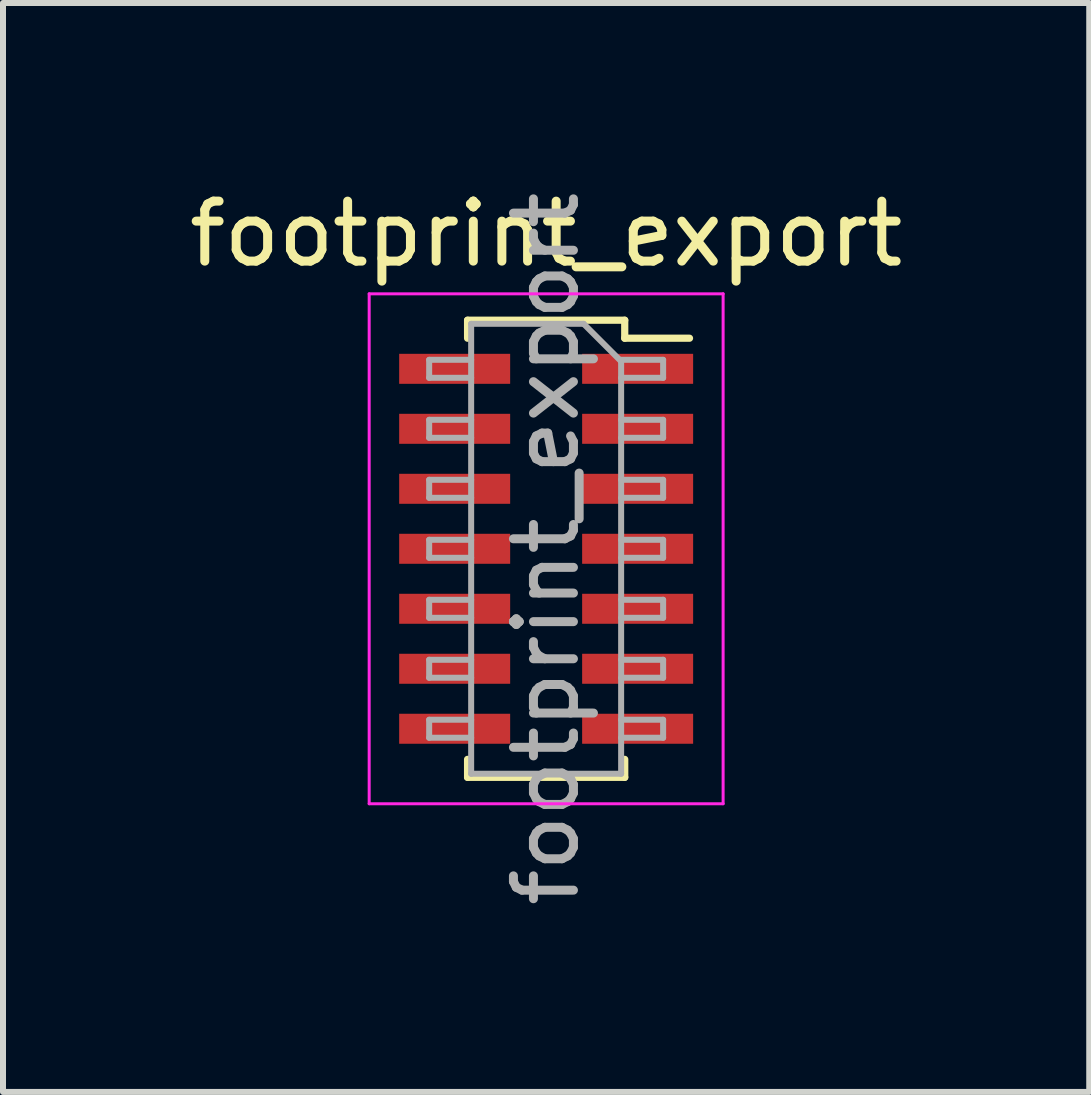
<source format=kicad_pcb>
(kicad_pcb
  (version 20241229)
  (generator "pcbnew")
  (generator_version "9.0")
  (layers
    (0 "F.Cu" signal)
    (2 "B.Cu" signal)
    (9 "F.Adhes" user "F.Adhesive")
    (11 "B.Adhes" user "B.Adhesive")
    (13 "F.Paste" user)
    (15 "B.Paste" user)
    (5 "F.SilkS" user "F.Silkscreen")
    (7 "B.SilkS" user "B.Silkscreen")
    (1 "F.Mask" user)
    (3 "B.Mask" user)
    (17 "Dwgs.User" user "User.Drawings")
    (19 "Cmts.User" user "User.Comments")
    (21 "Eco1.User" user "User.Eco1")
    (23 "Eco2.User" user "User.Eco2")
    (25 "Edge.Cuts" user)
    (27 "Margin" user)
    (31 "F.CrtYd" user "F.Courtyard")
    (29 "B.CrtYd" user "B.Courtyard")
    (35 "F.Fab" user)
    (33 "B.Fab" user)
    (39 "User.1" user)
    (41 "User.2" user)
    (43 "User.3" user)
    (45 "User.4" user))
  (footprint "footprint_export"
    (layer "F.Cu")
    (at 6.054 6.098)
    (property "Reference" "footprint_export" (at 0 -5.25 0) (layer "F.SilkS") (effects (font (size 1 1) (thickness 0.15))))
    (attr smd)
    (fp_line (start -1.31 -3.81) (end -1.31 -3.51) (stroke (width 0.12) (type solid)) (layer "F.SilkS"))
    (fp_line (start -1.31 -3.81) (end 1.31 -3.81) (stroke (width 0.12) (type solid)) (layer "F.SilkS"))
    (fp_line (start -1.31 3.51) (end -1.31 3.81) (stroke (width 0.12) (type solid)) (layer "F.SilkS"))
    (fp_line (start -1.31 3.81) (end 1.31 3.81) (stroke (width 0.12) (type solid)) (layer "F.SilkS"))
    (fp_line (start 1.31 -3.81) (end 1.31 -3.51) (stroke (width 0.12) (type solid)) (layer "F.SilkS"))
    (fp_line (start 1.31 -3.51) (end 2.39 -3.51) (stroke (width 0.12) (type solid)) (layer "F.SilkS"))
    (fp_line (start 1.31 3.51) (end 1.31 3.81) (stroke (width 0.12) (type solid)) (layer "F.SilkS"))
    (fp_line (start -2.95 -4.25) (end 2.95 -4.25) (stroke (width 0.05) (type solid)) (layer "F.CrtYd"))
    (fp_line (start -2.95 4.25) (end -2.95 -4.25) (stroke (width 0.05) (type solid)) (layer "F.CrtYd"))
    (fp_line (start 2.95 -4.25) (end 2.95 4.25) (stroke (width 0.05) (type solid)) (layer "F.CrtYd"))
    (fp_line (start 2.95 4.25) (end -2.95 4.25) (stroke (width 0.05) (type solid)) (layer "F.CrtYd"))
    (fp_line (start -1.95 -3.15) (end -1.25 -3.15) (stroke (width 0.1) (type solid)) (layer "F.Fab"))
    (fp_line (start -1.95 -2.85) (end -1.95 -3.15) (stroke (width 0.1) (type solid)) (layer "F.Fab"))
    (fp_line (start -1.95 -2.15) (end -1.25 -2.15) (stroke (width 0.1) (type solid)) (layer "F.Fab"))
    (fp_line (start -1.95 -1.85) (end -1.95 -2.15) (stroke (width 0.1) (type solid)) (layer "F.Fab"))
    (fp_line (start -1.95 -1.15) (end -1.25 -1.15) (stroke (width 0.1) (type solid)) (layer "F.Fab"))
    (fp_line (start -1.95 -0.85) (end -1.95 -1.15) (stroke (width 0.1) (type solid)) (layer "F.Fab"))
    (fp_line (start -1.95 -0.15) (end -1.25 -0.15) (stroke (width 0.1) (type solid)) (layer "F.Fab"))
    (fp_line (start -1.95 0.15) (end -1.95 -0.15) (stroke (width 0.1) (type solid)) (layer "F.Fab"))
    (fp_line (start -1.95 0.85) (end -1.25 0.85) (stroke (width 0.1) (type solid)) (layer "F.Fab"))
    (fp_line (start -1.95 1.15) (end -1.95 0.85) (stroke (width 0.1) (type solid)) (layer "F.Fab"))
    (fp_line (start -1.95 1.85) (end -1.25 1.85) (stroke (width 0.1) (type solid)) (layer "F.Fab"))
    (fp_line (start -1.95 2.15) (end -1.95 1.85) (stroke (width 0.1) (type solid)) (layer "F.Fab"))
    (fp_line (start -1.95 2.85) (end -1.25 2.85) (stroke (width 0.1) (type solid)) (layer "F.Fab"))
    (fp_line (start -1.95 3.15) (end -1.95 2.85) (stroke (width 0.1) (type solid)) (layer "F.Fab"))
    (fp_line (start -1.25 -3.75) (end 0.625 -3.75) (stroke (width 0.1) (type solid)) (layer "F.Fab"))
    (fp_line (start -1.25 -2.85) (end -1.95 -2.85) (stroke (width 0.1) (type solid)) (layer "F.Fab"))
    (fp_line (start -1.25 -1.85) (end -1.95 -1.85) (stroke (width 0.1) (type solid)) (layer "F.Fab"))
    (fp_line (start -1.25 -0.85) (end -1.95 -0.85) (stroke (width 0.1) (type solid)) (layer "F.Fab"))
    (fp_line (start -1.25 0.15) (end -1.95 0.15) (stroke (width 0.1) (type solid)) (layer "F.Fab"))
    (fp_line (start -1.25 1.15) (end -1.95 1.15) (stroke (width 0.1) (type solid)) (layer "F.Fab"))
    (fp_line (start -1.25 2.15) (end -1.95 2.15) (stroke (width 0.1) (type solid)) (layer "F.Fab"))
    (fp_line (start -1.25 3.15) (end -1.95 3.15) (stroke (width 0.1) (type solid)) (layer "F.Fab"))
    (fp_line (start -1.25 3.75) (end -1.25 -3.75) (stroke (width 0.1) (type solid)) (layer "F.Fab"))
    (fp_line (start 0.625 -3.75) (end 1.25 -3.125) (stroke (width 0.1) (type solid)) (layer "F.Fab"))
    (fp_line (start 1.25 -3.15) (end 1.95 -3.15) (stroke (width 0.1) (type solid)) (layer "F.Fab"))
    (fp_line (start 1.25 -3.125) (end 1.25 3.75) (stroke (width 0.1) (type solid)) (layer "F.Fab"))
    (fp_line (start 1.25 -2.15) (end 1.95 -2.15) (stroke (width 0.1) (type solid)) (layer "F.Fab"))
    (fp_line (start 1.25 -1.15) (end 1.95 -1.15) (stroke (width 0.1) (type solid)) (layer "F.Fab"))
    (fp_line (start 1.25 -0.15) (end 1.95 -0.15) (stroke (width 0.1) (type solid)) (layer "F.Fab"))
    (fp_line (start 1.25 0.85) (end 1.95 0.85) (stroke (width 0.1) (type solid)) (layer "F.Fab"))
    (fp_line (start 1.25 1.85) (end 1.95 1.85) (stroke (width 0.1) (type solid)) (layer "F.Fab"))
    (fp_line (start 1.25 2.85) (end 1.95 2.85) (stroke (width 0.1) (type solid)) (layer "F.Fab"))
    (fp_line (start 1.25 3.75) (end -1.25 3.75) (stroke (width 0.1) (type solid)) (layer "F.Fab"))
    (fp_line (start 1.95 -3.15) (end 1.95 -2.85) (stroke (width 0.1) (type solid)) (layer "F.Fab"))
    (fp_line (start 1.95 -2.85) (end 1.25 -2.85) (stroke (width 0.1) (type solid)) (layer "F.Fab"))
    (fp_line (start 1.95 -2.15) (end 1.95 -1.85) (stroke (width 0.1) (type solid)) (layer "F.Fab"))
    (fp_line (start 1.95 -1.85) (end 1.25 -1.85) (stroke (width 0.1) (type solid)) (layer "F.Fab"))
    (fp_line (start 1.95 -1.15) (end 1.95 -0.85) (stroke (width 0.1) (type solid)) (layer "F.Fab"))
    (fp_line (start 1.95 -0.85) (end 1.25 -0.85) (stroke (width 0.1) (type solid)) (layer "F.Fab"))
    (fp_line (start 1.95 -0.15) (end 1.95 0.15) (stroke (width 0.1) (type solid)) (layer "F.Fab"))
    (fp_line (start 1.95 0.15) (end 1.25 0.15) (stroke (width 0.1) (type solid)) (layer "F.Fab"))
    (fp_line (start 1.95 0.85) (end 1.95 1.15) (stroke (width 0.1) (type solid)) (layer "F.Fab"))
    (fp_line (start 1.95 1.15) (end 1.25 1.15) (stroke (width 0.1) (type solid)) (layer "F.Fab"))
    (fp_line (start 1.95 1.85) (end 1.95 2.15) (stroke (width 0.1) (type solid)) (layer "F.Fab"))
    (fp_line (start 1.95 2.15) (end 1.25 2.15) (stroke (width 0.1) (type solid)) (layer "F.Fab"))
    (fp_line (start 1.95 2.85) (end 1.95 3.15) (stroke (width 0.1) (type solid)) (layer "F.Fab"))
    (fp_line (start 1.95 3.15) (end 1.25 3.15) (stroke (width 0.1) (type solid)) (layer "F.Fab"))
    (fp_text user "${REFERENCE}" (at 0 0 90) (layer "F.Fab") (effects (font (size 1 1) (thickness 0.15))))
    (pad "1" smd rect (at 1.525 -3) (size 1.85 0.5) (layers "F.Cu" "F.Mask" "F.Paste"))
    (pad "2" smd rect (at -1.525 -3) (size 1.85 0.5) (layers "F.Cu" "F.Mask" "F.Paste"))
    (pad "3" smd rect (at 1.525 -2) (size 1.85 0.5) (layers "F.Cu" "F.Mask" "F.Paste"))
    (pad "4" smd rect (at -1.525 -2) (size 1.85 0.5) (layers "F.Cu" "F.Mask" "F.Paste"))
    (pad "5" smd rect (at 1.525 -1) (size 1.85 0.5) (layers "F.Cu" "F.Mask" "F.Paste"))
    (pad "6" smd rect (at -1.525 -1) (size 1.85 0.5) (layers "F.Cu" "F.Mask" "F.Paste"))
    (pad "7" smd rect (at 1.525 0) (size 1.85 0.5) (layers "F.Cu" "F.Mask" "F.Paste"))
    (pad "8" smd rect (at -1.525 0) (size 1.85 0.5) (layers "F.Cu" "F.Mask" "F.Paste"))
    (pad "9" smd rect (at 1.525 1) (size 1.85 0.5) (layers "F.Cu" "F.Mask" "F.Paste"))
    (pad "10" smd rect (at -1.525 1) (size 1.85 0.5) (layers "F.Cu" "F.Mask" "F.Paste"))
    (pad "11" smd rect (at 1.525 2) (size 1.85 0.5) (layers "F.Cu" "F.Mask" "F.Paste"))
    (pad "12" smd rect (at -1.525 2) (size 1.85 0.5) (layers "F.Cu" "F.Mask" "F.Paste"))
    (pad "13" smd rect (at 1.525 3) (size 1.85 0.5) (layers "F.Cu" "F.Mask" "F.Paste"))
    (pad "14" smd rect (at -1.525 3) (size 1.85 0.5) (layers "F.Cu" "F.Mask" "F.Paste")))
  (gr_rect
    (start -3 -3)
    (end 15.107 15.152)
    (stroke (width 0.1) (type default))
    (fill no)
    (layer "Edge.Cuts")))
</source>
